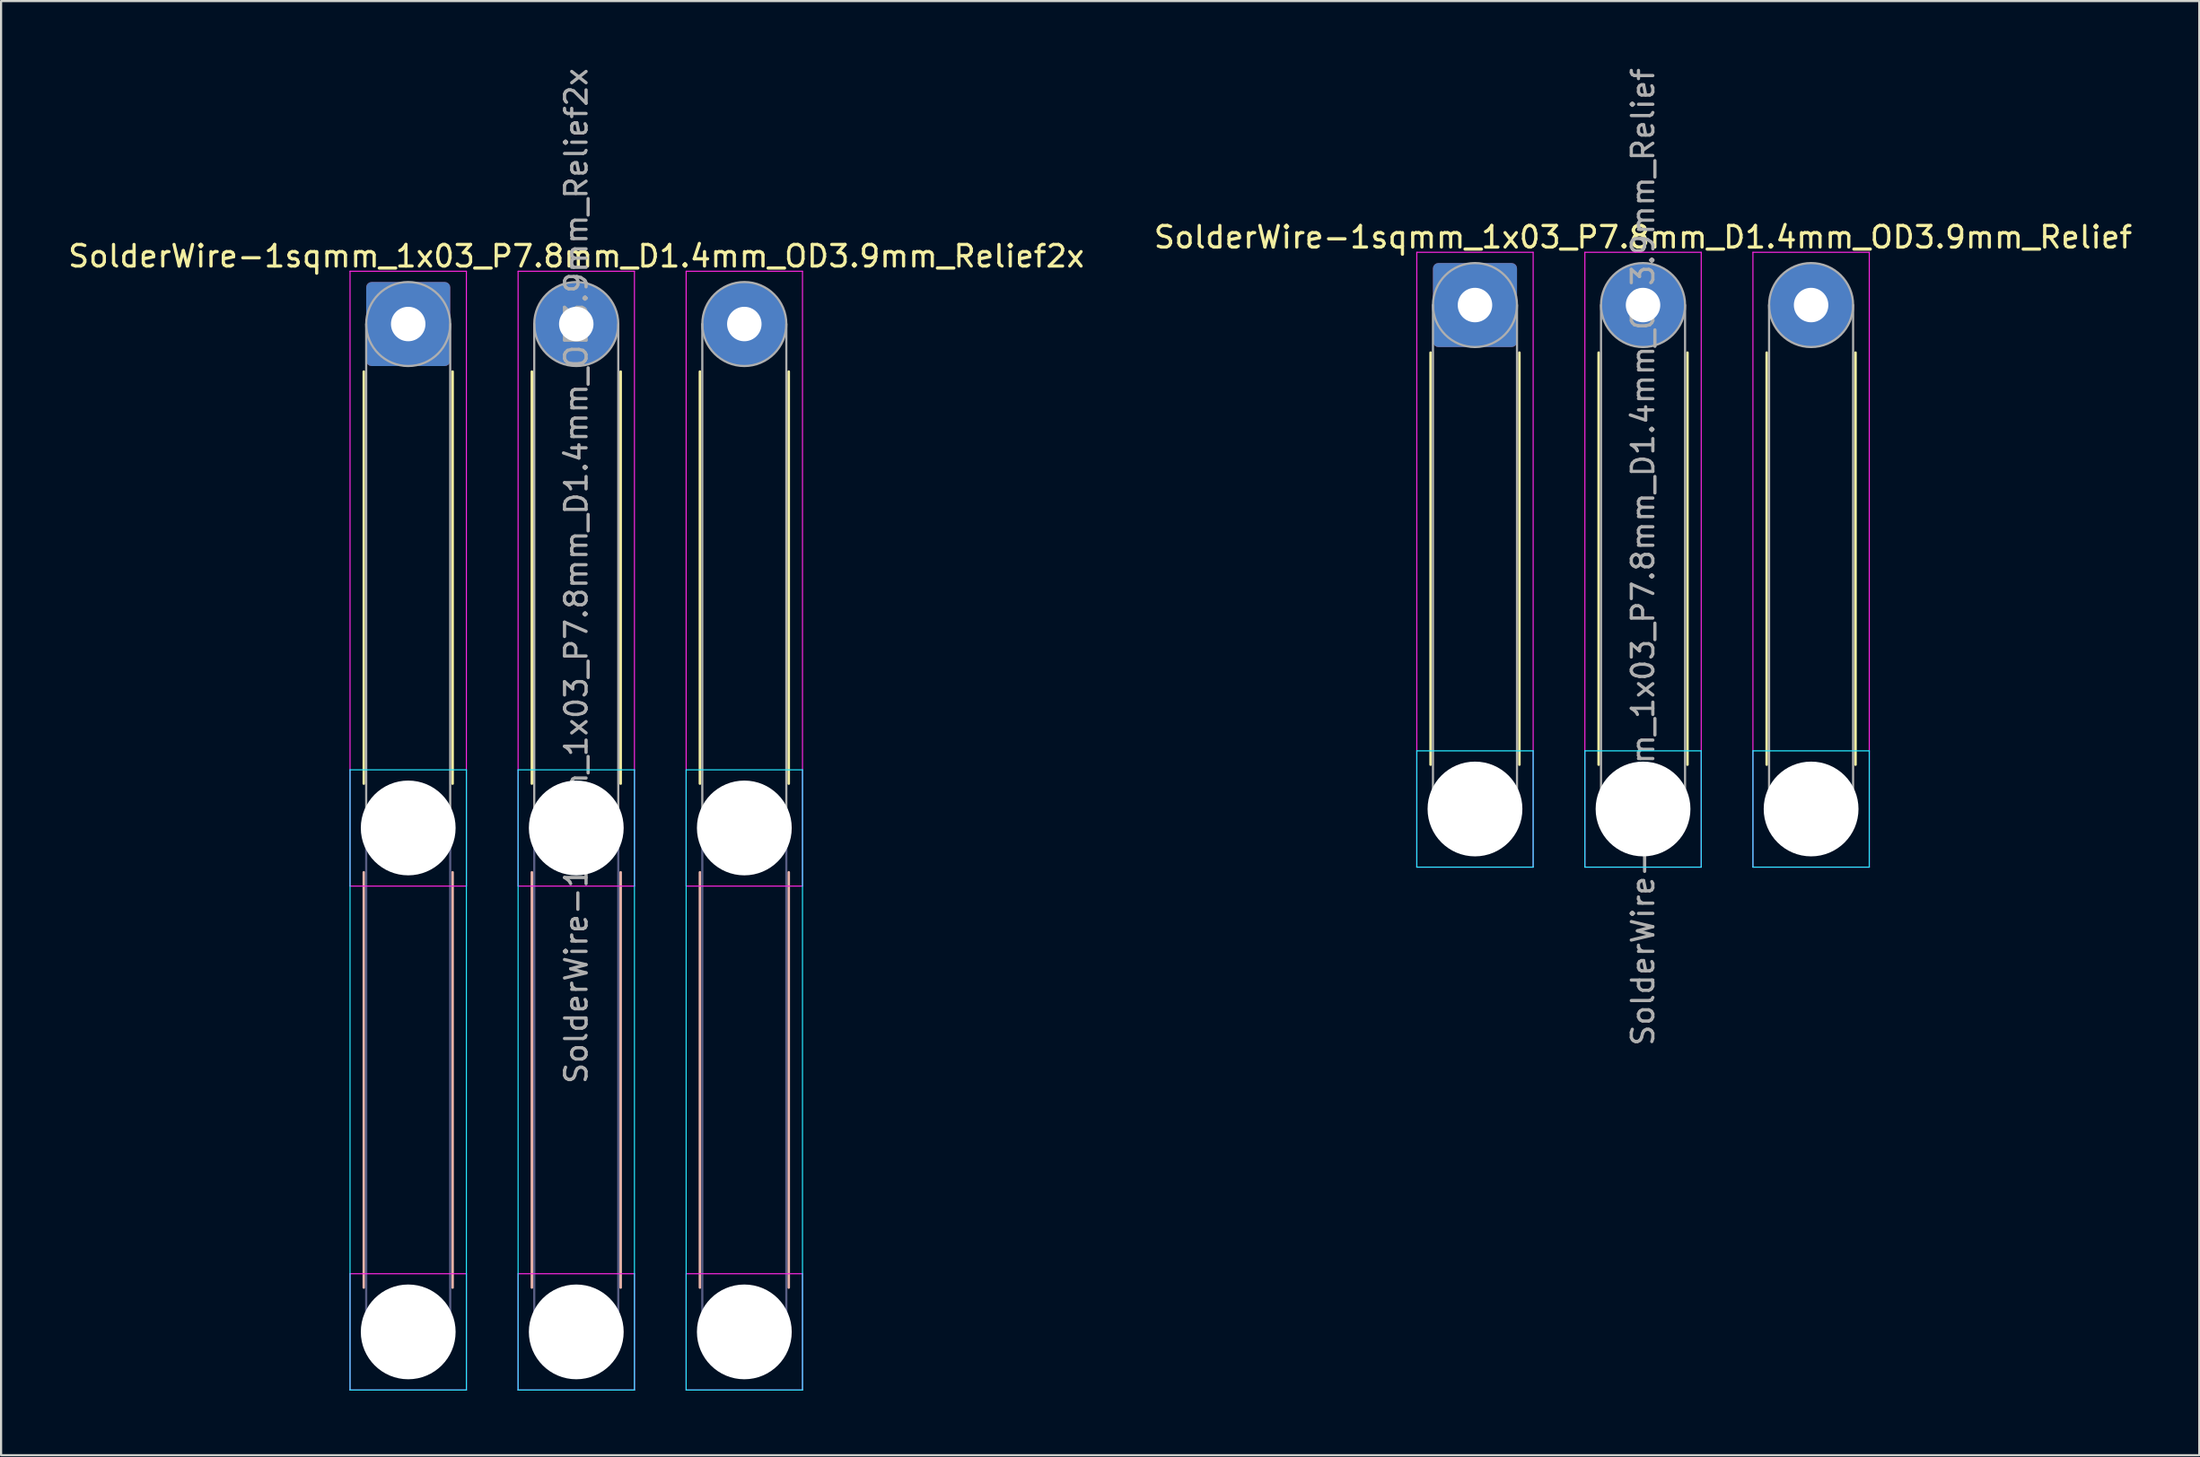
<source format=kicad_pcb>
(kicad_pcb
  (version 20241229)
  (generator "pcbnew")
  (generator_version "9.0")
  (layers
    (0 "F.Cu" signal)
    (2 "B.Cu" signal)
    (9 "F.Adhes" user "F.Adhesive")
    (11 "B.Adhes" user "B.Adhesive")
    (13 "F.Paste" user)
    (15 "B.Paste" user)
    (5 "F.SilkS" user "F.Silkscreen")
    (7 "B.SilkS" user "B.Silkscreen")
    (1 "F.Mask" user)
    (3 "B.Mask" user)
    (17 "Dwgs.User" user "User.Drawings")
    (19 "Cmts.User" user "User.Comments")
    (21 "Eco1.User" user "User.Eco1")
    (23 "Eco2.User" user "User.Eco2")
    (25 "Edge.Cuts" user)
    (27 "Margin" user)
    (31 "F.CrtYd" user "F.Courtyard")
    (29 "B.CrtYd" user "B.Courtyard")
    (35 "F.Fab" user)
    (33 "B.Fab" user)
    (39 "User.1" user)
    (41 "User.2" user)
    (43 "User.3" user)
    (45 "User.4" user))
  (footprint "SolderWire-1sqmm_1x03_P7.8mm_D1.4mm_OD3.9mm_Relief2x"
    (layer "F.Cu")
    (at 15.896 11.996)
    (property "Reference" "SolderWire-1sqmm_1x03_P7.8mm_D1.4mm_OD3.9mm_Relief2x" (at 7.8 -3.15 0) (layer "F.SilkS") (effects (font (size 1 1) (thickness 0.15))))
    (attr exclude_from_pos_files exclude_from_bom)
    (fp_line (start -2.06 2.21) (end -2.06 21.34) (stroke (width 0.12) (type solid)) (layer "F.SilkS"))
    (fp_line (start 2.06 2.21) (end 2.06 21.34) (stroke (width 0.12) (type solid)) (layer "F.SilkS"))
    (fp_line (start 5.74 2.21) (end 5.74 21.34) (stroke (width 0.12) (type solid)) (layer "F.SilkS"))
    (fp_line (start 9.86 2.21) (end 9.86 21.34) (stroke (width 0.12) (type solid)) (layer "F.SilkS"))
    (fp_line (start 13.54 2.21) (end 13.54 21.34) (stroke (width 0.12) (type solid)) (layer "F.SilkS"))
    (fp_line (start 17.66 2.21) (end 17.66 21.34) (stroke (width 0.12) (type solid)) (layer "F.SilkS"))
    (fp_line (start -2.06 25.46) (end -2.06 44.74) (stroke (width 0.12) (type solid)) (layer "B.SilkS"))
    (fp_line (start 2.06 25.46) (end 2.06 44.74) (stroke (width 0.12) (type solid)) (layer "B.SilkS"))
    (fp_line (start 5.74 25.46) (end 5.74 44.74) (stroke (width 0.12) (type solid)) (layer "B.SilkS"))
    (fp_line (start 9.86 25.46) (end 9.86 44.74) (stroke (width 0.12) (type solid)) (layer "B.SilkS"))
    (fp_line (start 13.54 25.46) (end 13.54 44.74) (stroke (width 0.12) (type solid)) (layer "B.SilkS"))
    (fp_line (start 17.66 25.46) (end 17.66 44.74) (stroke (width 0.12) (type solid)) (layer "B.SilkS"))
    (fp_line (start -2.7 20.7) (end -2.7 49.5) (stroke (width 0.05) (type solid)) (layer "B.CrtYd"))
    (fp_line (start -2.7 49.5) (end 2.7 49.5) (stroke (width 0.05) (type solid)) (layer "B.CrtYd"))
    (fp_line (start 2.7 20.7) (end -2.7 20.7) (stroke (width 0.05) (type solid)) (layer "B.CrtYd"))
    (fp_line (start 2.7 49.5) (end 2.7 20.7) (stroke (width 0.05) (type solid)) (layer "B.CrtYd"))
    (fp_line (start 5.1 20.7) (end 5.1 49.5) (stroke (width 0.05) (type solid)) (layer "B.CrtYd"))
    (fp_line (start 5.1 49.5) (end 10.5 49.5) (stroke (width 0.05) (type solid)) (layer "B.CrtYd"))
    (fp_line (start 10.5 20.7) (end 5.1 20.7) (stroke (width 0.05) (type solid)) (layer "B.CrtYd"))
    (fp_line (start 10.5 49.5) (end 10.5 20.7) (stroke (width 0.05) (type solid)) (layer "B.CrtYd"))
    (fp_line (start 12.9 20.7) (end 12.9 49.5) (stroke (width 0.05) (type solid)) (layer "B.CrtYd"))
    (fp_line (start 12.9 49.5) (end 18.3 49.5) (stroke (width 0.05) (type solid)) (layer "B.CrtYd"))
    (fp_line (start 18.3 20.7) (end 12.9 20.7) (stroke (width 0.05) (type solid)) (layer "B.CrtYd"))
    (fp_line (start 18.3 49.5) (end 18.3 20.7) (stroke (width 0.05) (type solid)) (layer "B.CrtYd"))
    (fp_line (start -2.7 -2.45) (end -2.7 26.1) (stroke (width 0.05) (type solid)) (layer "F.CrtYd"))
    (fp_line (start -2.7 26.1) (end 2.7 26.1) (stroke (width 0.05) (type solid)) (layer "F.CrtYd"))
    (fp_line (start -2.7 44.1) (end -2.7 49.5) (stroke (width 0.05) (type solid)) (layer "F.CrtYd"))
    (fp_line (start -2.7 49.5) (end 2.7 49.5) (stroke (width 0.05) (type solid)) (layer "F.CrtYd"))
    (fp_line (start 2.7 -2.45) (end -2.7 -2.45) (stroke (width 0.05) (type solid)) (layer "F.CrtYd"))
    (fp_line (start 2.7 26.1) (end 2.7 -2.45) (stroke (width 0.05) (type solid)) (layer "F.CrtYd"))
    (fp_line (start 2.7 44.1) (end -2.7 44.1) (stroke (width 0.05) (type solid)) (layer "F.CrtYd"))
    (fp_line (start 2.7 49.5) (end 2.7 44.1) (stroke (width 0.05) (type solid)) (layer "F.CrtYd"))
    (fp_line (start 5.1 -2.45) (end 5.1 26.1) (stroke (width 0.05) (type solid)) (layer "F.CrtYd"))
    (fp_line (start 5.1 26.1) (end 10.5 26.1) (stroke (width 0.05) (type solid)) (layer "F.CrtYd"))
    (fp_line (start 5.1 44.1) (end 5.1 49.5) (stroke (width 0.05) (type solid)) (layer "F.CrtYd"))
    (fp_line (start 5.1 49.5) (end 10.5 49.5) (stroke (width 0.05) (type solid)) (layer "F.CrtYd"))
    (fp_line (start 10.5 -2.45) (end 5.1 -2.45) (stroke (width 0.05) (type solid)) (layer "F.CrtYd"))
    (fp_line (start 10.5 26.1) (end 10.5 -2.45) (stroke (width 0.05) (type solid)) (layer "F.CrtYd"))
    (fp_line (start 10.5 44.1) (end 5.1 44.1) (stroke (width 0.05) (type solid)) (layer "F.CrtYd"))
    (fp_line (start 10.5 49.5) (end 10.5 44.1) (stroke (width 0.05) (type solid)) (layer "F.CrtYd"))
    (fp_line (start 12.9 -2.45) (end 12.9 26.1) (stroke (width 0.05) (type solid)) (layer "F.CrtYd"))
    (fp_line (start 12.9 26.1) (end 18.3 26.1) (stroke (width 0.05) (type solid)) (layer "F.CrtYd"))
    (fp_line (start 12.9 44.1) (end 12.9 49.5) (stroke (width 0.05) (type solid)) (layer "F.CrtYd"))
    (fp_line (start 12.9 49.5) (end 18.3 49.5) (stroke (width 0.05) (type solid)) (layer "F.CrtYd"))
    (fp_line (start 18.3 -2.45) (end 12.9 -2.45) (stroke (width 0.05) (type solid)) (layer "F.CrtYd"))
    (fp_line (start 18.3 26.1) (end 18.3 -2.45) (stroke (width 0.05) (type solid)) (layer "F.CrtYd"))
    (fp_line (start 18.3 44.1) (end 12.9 44.1) (stroke (width 0.05) (type solid)) (layer "F.CrtYd"))
    (fp_line (start 18.3 49.5) (end 18.3 44.1) (stroke (width 0.05) (type solid)) (layer "F.CrtYd"))
    (fp_line (start -1.95 23.4) (end -1.95 46.8) (stroke (width 0.1) (type solid)) (layer "B.Fab"))
    (fp_line (start 1.95 23.4) (end 1.95 46.8) (stroke (width 0.1) (type solid)) (layer "B.Fab"))
    (fp_line (start 5.85 23.4) (end 5.85 46.8) (stroke (width 0.1) (type solid)) (layer "B.Fab"))
    (fp_line (start 9.75 23.4) (end 9.75 46.8) (stroke (width 0.1) (type solid)) (layer "B.Fab"))
    (fp_line (start 13.65 23.4) (end 13.65 46.8) (stroke (width 0.1) (type solid)) (layer "B.Fab"))
    (fp_line (start 17.55 23.4) (end 17.55 46.8) (stroke (width 0.1) (type solid)) (layer "B.Fab"))
    (fp_circle (center 0 23.4) (end 1.95 23.4) (stroke (width 0.1) (type solid)) (fill no) (layer "B.Fab"))
    (fp_circle (center 0 46.8) (end 1.95 46.8) (stroke (width 0.1) (type solid)) (fill no) (layer "B.Fab"))
    (fp_circle (center 7.8 23.4) (end 9.75 23.4) (stroke (width 0.1) (type solid)) (fill no) (layer "B.Fab"))
    (fp_circle (center 7.8 46.8) (end 9.75 46.8) (stroke (width 0.1) (type solid)) (fill no) (layer "B.Fab"))
    (fp_circle (center 15.6 23.4) (end 17.55 23.4) (stroke (width 0.1) (type solid)) (fill no) (layer "B.Fab"))
    (fp_circle (center 15.6 46.8) (end 17.55 46.8) (stroke (width 0.1) (type solid)) (fill no) (layer "B.Fab"))
    (fp_line (start -1.95 0) (end -1.95 23.4) (stroke (width 0.1) (type solid)) (layer "F.Fab"))
    (fp_line (start 1.95 0) (end 1.95 23.4) (stroke (width 0.1) (type solid)) (layer "F.Fab"))
    (fp_line (start 5.85 0) (end 5.85 23.4) (stroke (width 0.1) (type solid)) (layer "F.Fab"))
    (fp_line (start 9.75 0) (end 9.75 23.4) (stroke (width 0.1) (type solid)) (layer "F.Fab"))
    (fp_line (start 13.65 0) (end 13.65 23.4) (stroke (width 0.1) (type solid)) (layer "F.Fab"))
    (fp_line (start 17.55 0) (end 17.55 23.4) (stroke (width 0.1) (type solid)) (layer "F.Fab"))
    (fp_circle (center 0 0) (end 1.95 0) (stroke (width 0.1) (type solid)) (fill no) (layer "F.Fab"))
    (fp_circle (center 0 23.4) (end 1.95 23.4) (stroke (width 0.1) (type solid)) (fill no) (layer "F.Fab"))
    (fp_circle (center 0 46.8) (end 1.95 46.8) (stroke (width 0.1) (type solid)) (fill no) (layer "F.Fab"))
    (fp_circle (center 7.8 0) (end 9.75 0) (stroke (width 0.1) (type solid)) (fill no) (layer "F.Fab"))
    (fp_circle (center 7.8 23.4) (end 9.75 23.4) (stroke (width 0.1) (type solid)) (fill no) (layer "F.Fab"))
    (fp_circle (center 7.8 46.8) (end 9.75 46.8) (stroke (width 0.1) (type solid)) (fill no) (layer "F.Fab"))
    (fp_circle (center 15.6 0) (end 17.55 0) (stroke (width 0.1) (type solid)) (fill no) (layer "F.Fab"))
    (fp_circle (center 15.6 23.4) (end 17.55 23.4) (stroke (width 0.1) (type solid)) (fill no) (layer "F.Fab"))
    (fp_circle (center 15.6 46.8) (end 17.55 46.8) (stroke (width 0.1) (type solid)) (fill no) (layer "F.Fab"))
    (fp_text user "${REFERENCE}" (at 7.8 11.7 90) (layer "F.Fab") (effects (font (size 1 1) (thickness 0.15))))
    (pad "" np_thru_hole circle (at 0 23.4) (size 4.4 4.4) (drill 4.4) (layers "*.Cu" "*.Mask"))
    (pad "" np_thru_hole circle (at 0 46.8) (size 4.4 4.4) (drill 4.4) (layers "*.Cu" "*.Mask"))
    (pad "" np_thru_hole circle (at 7.8 23.4) (size 4.4 4.4) (drill 4.4) (layers "*.Cu" "*.Mask"))
    (pad "" np_thru_hole circle (at 7.8 46.8) (size 4.4 4.4) (drill 4.4) (layers "*.Cu" "*.Mask"))
    (pad "" np_thru_hole circle (at 15.6 23.4) (size 4.4 4.4) (drill 4.4) (layers "*.Cu" "*.Mask"))
    (pad "" np_thru_hole circle (at 15.6 46.8) (size 4.4 4.4) (drill 4.4) (layers "*.Cu" "*.Mask"))
    (pad "1" thru_hole roundrect (at 0 0) (size 3.9 3.9) (drill 1.6) (layers "*.Cu" "*.Mask") (roundrect_rratio 0.064))
    (pad "2" thru_hole circle (at 7.8 0) (size 3.9 3.9) (drill 1.6) (layers "*.Cu" "*.Mask"))
    (pad "3" thru_hole circle (at 15.6 0) (size 3.9 3.9) (drill 1.6) (layers "*.Cu" "*.Mask")))
  (footprint "SolderWire-1sqmm_1x03_P7.8mm_D1.4mm_OD3.9mm_Relief"
    (layer "F.Cu")
    (at 65.408 11.115)
    (property "Reference" "SolderWire-1sqmm_1x03_P7.8mm_D1.4mm_OD3.9mm_Relief" (at 7.8 -3.15 0) (layer "F.SilkS") (effects (font (size 1 1) (thickness 0.15))))
    (attr exclude_from_pos_files exclude_from_bom)
    (fp_line (start -2.06 2.21) (end -2.06 21.34) (stroke (width 0.12) (type solid)) (layer "F.SilkS"))
    (fp_line (start 2.06 2.21) (end 2.06 21.34) (stroke (width 0.12) (type solid)) (layer "F.SilkS"))
    (fp_line (start 5.74 2.21) (end 5.74 21.34) (stroke (width 0.12) (type solid)) (layer "F.SilkS"))
    (fp_line (start 9.86 2.21) (end 9.86 21.34) (stroke (width 0.12) (type solid)) (layer "F.SilkS"))
    (fp_line (start 13.54 2.21) (end 13.54 21.34) (stroke (width 0.12) (type solid)) (layer "F.SilkS"))
    (fp_line (start 17.66 2.21) (end 17.66 21.34) (stroke (width 0.12) (type solid)) (layer "F.SilkS"))
    (fp_line (start -2.7 20.7) (end -2.7 26.1) (stroke (width 0.05) (type solid)) (layer "B.CrtYd"))
    (fp_line (start -2.7 26.1) (end 2.7 26.1) (stroke (width 0.05) (type solid)) (layer "B.CrtYd"))
    (fp_line (start 2.7 20.7) (end -2.7 20.7) (stroke (width 0.05) (type solid)) (layer "B.CrtYd"))
    (fp_line (start 2.7 26.1) (end 2.7 20.7) (stroke (width 0.05) (type solid)) (layer "B.CrtYd"))
    (fp_line (start 5.1 20.7) (end 5.1 26.1) (stroke (width 0.05) (type solid)) (layer "B.CrtYd"))
    (fp_line (start 5.1 26.1) (end 10.5 26.1) (stroke (width 0.05) (type solid)) (layer "B.CrtYd"))
    (fp_line (start 10.5 20.7) (end 5.1 20.7) (stroke (width 0.05) (type solid)) (layer "B.CrtYd"))
    (fp_line (start 10.5 26.1) (end 10.5 20.7) (stroke (width 0.05) (type solid)) (layer "B.CrtYd"))
    (fp_line (start 12.9 20.7) (end 12.9 26.1) (stroke (width 0.05) (type solid)) (layer "B.CrtYd"))
    (fp_line (start 12.9 26.1) (end 18.3 26.1) (stroke (width 0.05) (type solid)) (layer "B.CrtYd"))
    (fp_line (start 18.3 20.7) (end 12.9 20.7) (stroke (width 0.05) (type solid)) (layer "B.CrtYd"))
    (fp_line (start 18.3 26.1) (end 18.3 20.7) (stroke (width 0.05) (type solid)) (layer "B.CrtYd"))
    (fp_line (start -2.7 -2.45) (end -2.7 26.1) (stroke (width 0.05) (type solid)) (layer "F.CrtYd"))
    (fp_line (start -2.7 26.1) (end 2.7 26.1) (stroke (width 0.05) (type solid)) (layer "F.CrtYd"))
    (fp_line (start 2.7 -2.45) (end -2.7 -2.45) (stroke (width 0.05) (type solid)) (layer "F.CrtYd"))
    (fp_line (start 2.7 26.1) (end 2.7 -2.45) (stroke (width 0.05) (type solid)) (layer "F.CrtYd"))
    (fp_line (start 5.1 -2.45) (end 5.1 26.1) (stroke (width 0.05) (type solid)) (layer "F.CrtYd"))
    (fp_line (start 5.1 26.1) (end 10.5 26.1) (stroke (width 0.05) (type solid)) (layer "F.CrtYd"))
    (fp_line (start 10.5 -2.45) (end 5.1 -2.45) (stroke (width 0.05) (type solid)) (layer "F.CrtYd"))
    (fp_line (start 10.5 26.1) (end 10.5 -2.45) (stroke (width 0.05) (type solid)) (layer "F.CrtYd"))
    (fp_line (start 12.9 -2.45) (end 12.9 26.1) (stroke (width 0.05) (type solid)) (layer "F.CrtYd"))
    (fp_line (start 12.9 26.1) (end 18.3 26.1) (stroke (width 0.05) (type solid)) (layer "F.CrtYd"))
    (fp_line (start 18.3 -2.45) (end 12.9 -2.45) (stroke (width 0.05) (type solid)) (layer "F.CrtYd"))
    (fp_line (start 18.3 26.1) (end 18.3 -2.45) (stroke (width 0.05) (type solid)) (layer "F.CrtYd"))
    (fp_line (start -1.95 0) (end -1.95 23.4) (stroke (width 0.1) (type solid)) (layer "F.Fab"))
    (fp_line (start 1.95 0) (end 1.95 23.4) (stroke (width 0.1) (type solid)) (layer "F.Fab"))
    (fp_line (start 5.85 0) (end 5.85 23.4) (stroke (width 0.1) (type solid)) (layer "F.Fab"))
    (fp_line (start 9.75 0) (end 9.75 23.4) (stroke (width 0.1) (type solid)) (layer "F.Fab"))
    (fp_line (start 13.65 0) (end 13.65 23.4) (stroke (width 0.1) (type solid)) (layer "F.Fab"))
    (fp_line (start 17.55 0) (end 17.55 23.4) (stroke (width 0.1) (type solid)) (layer "F.Fab"))
    (fp_circle (center 0 0) (end 1.95 0) (stroke (width 0.1) (type solid)) (fill no) (layer "F.Fab"))
    (fp_circle (center 0 23.4) (end 1.95 23.4) (stroke (width 0.1) (type solid)) (fill no) (layer "F.Fab"))
    (fp_circle (center 7.8 0) (end 9.75 0) (stroke (width 0.1) (type solid)) (fill no) (layer "F.Fab"))
    (fp_circle (center 7.8 23.4) (end 9.75 23.4) (stroke (width 0.1) (type solid)) (fill no) (layer "F.Fab"))
    (fp_circle (center 15.6 0) (end 17.55 0) (stroke (width 0.1) (type solid)) (fill no) (layer "F.Fab"))
    (fp_circle (center 15.6 23.4) (end 17.55 23.4) (stroke (width 0.1) (type solid)) (fill no) (layer "F.Fab"))
    (fp_text user "${REFERENCE}" (at 7.8 11.7 90) (layer "F.Fab") (effects (font (size 1 1) (thickness 0.15))))
    (pad "" np_thru_hole circle (at 0 23.4) (size 4.4 4.4) (drill 4.4) (layers "*.Cu" "*.Mask"))
    (pad "" np_thru_hole circle (at 7.8 23.4) (size 4.4 4.4) (drill 4.4) (layers "*.Cu" "*.Mask"))
    (pad "" np_thru_hole circle (at 15.6 23.4) (size 4.4 4.4) (drill 4.4) (layers "*.Cu" "*.Mask"))
    (pad "1" thru_hole roundrect (at 0 0) (size 3.9 3.9) (drill 1.6) (layers "*.Cu" "*.Mask") (roundrect_rratio 0.064))
    (pad "2" thru_hole circle (at 7.8 0) (size 3.9 3.9) (drill 1.6) (layers "*.Cu" "*.Mask"))
    (pad "3" thru_hole circle (at 15.6 0) (size 3.9 3.9) (drill 1.6) (layers "*.Cu" "*.Mask")))
  (gr_rect
    (start -3 -3)
    (end 99.024 64.521)
    (stroke (width 0.1) (type default))
    (fill no)
    (layer "Edge.Cuts")))
</source>
